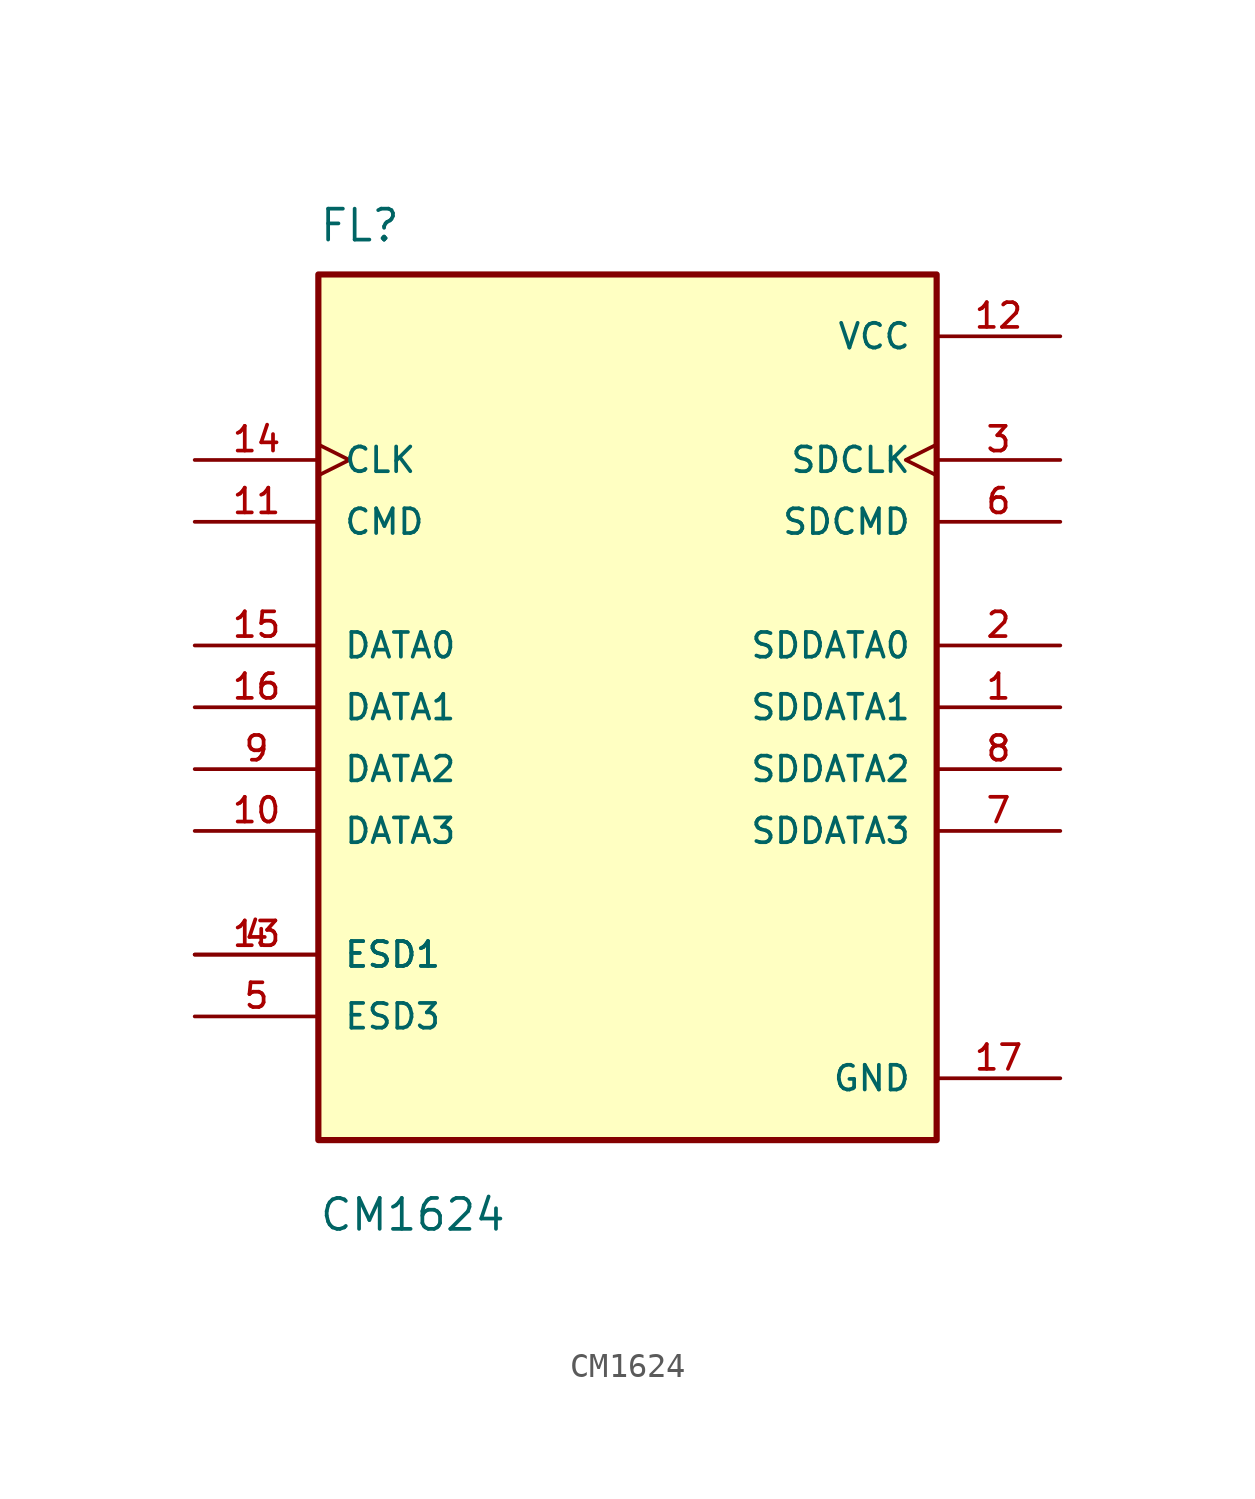
<source format=kicad_sym>
(kicad_symbol_lib
  (version 20211014)
  (generator kicad_symbol_editor)
  (symbol "CM1624"
    (pin_names
      (offset 1.016))
    (property "Reference" "FL"
      (at -12.7 19.05 0)
      (effects (font (size 1.27 1.27)) (justify bottom left)))
    (property "Value" "CM1624"
      (at -12.7 -21.59 0)
      (effects (font (size 1.27 1.27)) (justify bottom left)))
    (symbol "CM1624_0_0"
      (rectangle (start -12.7 -17.78) (end 12.7 17.78) (stroke (width 0.254)) (fill (type background)))
      (pin bidirectional clock (at 17.78 10.16 180.0) (length 5.08) (name "SDCLK" (effects (font (size 1.016 1.016)))) (number "3" (effects (font (size 1.016 1.016)))))
      (pin bidirectional line (at 17.78 7.62 180.0) (length 5.08) (name "SDCMD" (effects (font (size 1.016 1.016)))) (number "6" (effects (font (size 1.016 1.016)))))
      (pin bidirectional line (at 17.78 2.54 180.0) (length 5.08) (name "SDDATA0" (effects (font (size 1.016 1.016)))) (number "2" (effects (font (size 1.016 1.016)))))
      (pin bidirectional line (at 17.78 0.0 180.0) (length 5.08) (name "SDDATA1" (effects (font (size 1.016 1.016)))) (number "1" (effects (font (size 1.016 1.016)))))
      (pin bidirectional line (at 17.78 -2.54 180.0) (length 5.08) (name "SDDATA2" (effects (font (size 1.016 1.016)))) (number "8" (effects (font (size 1.016 1.016)))))
      (pin bidirectional line (at 17.78 -5.08 180.0) (length 5.08) (name "SDDATA3" (effects (font (size 1.016 1.016)))) (number "7" (effects (font (size 1.016 1.016)))))
      (pin passive line (at -17.78 -10.16 0) (length 5.08) (name "ESD1" (effects (font (size 1.016 1.016)))) (number "4" (effects (font (size 1.016 1.016)))))
      (pin passive line (at -17.78 -10.16 0) (length 5.08) (name "ESD1" (effects (font (size 1.016 1.016)))) (number "13" (effects (font (size 1.016 1.016)))))
      (pin passive line (at -17.78 -12.7 0) (length 5.08) (name "ESD3" (effects (font (size 1.016 1.016)))) (number "5" (effects (font (size 1.016 1.016)))))
      (pin bidirectional line (at -17.78 7.62 0) (length 5.08) (name "CMD" (effects (font (size 1.016 1.016)))) (number "11" (effects (font (size 1.016 1.016)))))
      (pin bidirectional line (at -17.78 2.54 0) (length 5.08) (name "DATA0" (effects (font (size 1.016 1.016)))) (number "15" (effects (font (size 1.016 1.016)))))
      (pin bidirectional line (at -17.78 0.0 0) (length 5.08) (name "DATA1" (effects (font (size 1.016 1.016)))) (number "16" (effects (font (size 1.016 1.016)))))
      (pin bidirectional line (at -17.78 -2.54 0) (length 5.08) (name "DATA2" (effects (font (size 1.016 1.016)))) (number "9" (effects (font (size 1.016 1.016)))))
      (pin bidirectional line (at -17.78 -5.08 0) (length 5.08) (name "DATA3" (effects (font (size 1.016 1.016)))) (number "10" (effects (font (size 1.016 1.016)))))
      (pin power_in line (at 17.78 15.24 180.0) (length 5.08) (name "VCC" (effects (font (size 1.016 1.016)))) (number "12" (effects (font (size 1.016 1.016)))))
      (pin power_in line (at 17.78 -15.24 180.0) (length 5.08) (name "GND" (effects (font (size 1.016 1.016)))) (number "17" (effects (font (size 1.016 1.016)))))
      (pin bidirectional clock (at -17.78 10.16 0) (length 5.08) (name "CLK" (effects (font (size 1.016 1.016)))) (number "14" (effects (font (size 1.016 1.016))))))))
</source>
